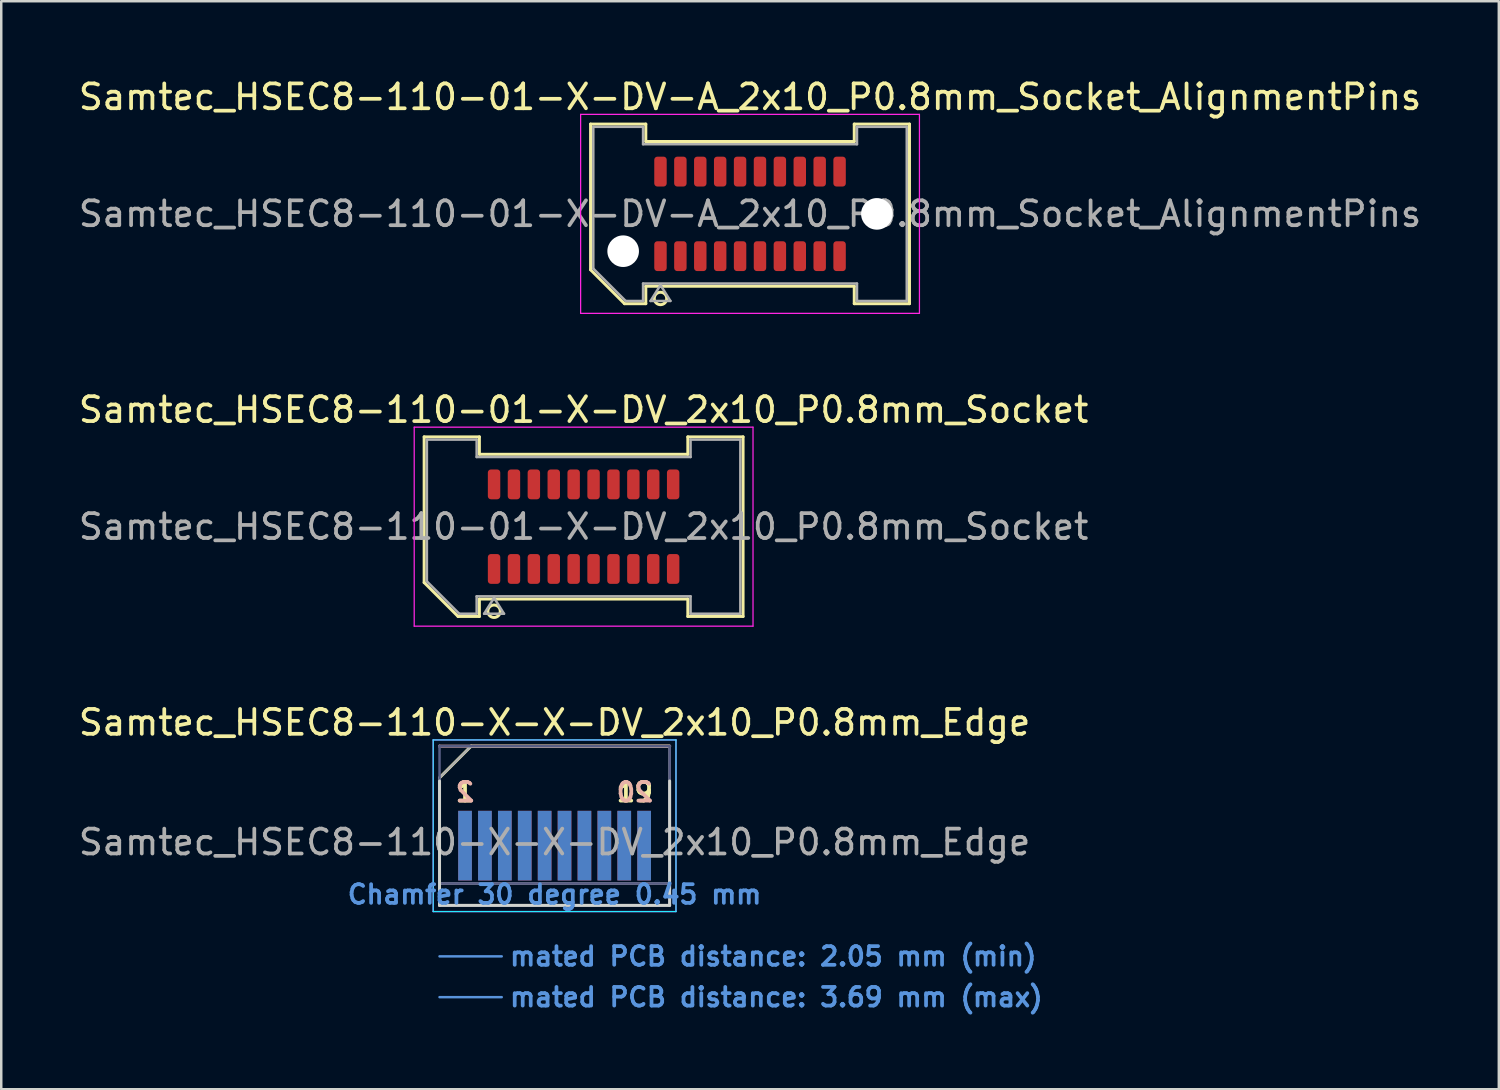
<source format=kicad_pcb>
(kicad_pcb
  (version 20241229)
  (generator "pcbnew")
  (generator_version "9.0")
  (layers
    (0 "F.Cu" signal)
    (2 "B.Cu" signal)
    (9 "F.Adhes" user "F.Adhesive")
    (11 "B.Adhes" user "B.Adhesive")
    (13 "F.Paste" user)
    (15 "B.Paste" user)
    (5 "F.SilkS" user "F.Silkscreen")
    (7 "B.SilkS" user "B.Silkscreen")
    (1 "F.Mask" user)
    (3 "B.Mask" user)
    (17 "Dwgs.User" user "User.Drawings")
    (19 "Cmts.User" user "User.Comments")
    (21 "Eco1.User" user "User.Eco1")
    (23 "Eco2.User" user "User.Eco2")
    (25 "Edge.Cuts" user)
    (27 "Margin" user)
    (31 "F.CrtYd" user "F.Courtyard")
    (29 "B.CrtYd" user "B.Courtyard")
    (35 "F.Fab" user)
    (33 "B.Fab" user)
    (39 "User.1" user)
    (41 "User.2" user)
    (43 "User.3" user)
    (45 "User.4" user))
  (footprint "Samtec_HSEC8-110-01-X-DV_2x10_P0.8mm_Socket"
    (layer "F.Cu")
    (at 20.411 18.122)
    (property "Reference" "Samtec_HSEC8-110-01-X-DV_2x10_P0.8mm_Socket" (at 0 -4.7 0) (layer "F.SilkS") (effects (font (size 1 1) (thickness 0.15))))
    (attr smd)
    (fp_line (start -6.41 -3.61) (end -4.19 -3.61) (stroke (width 0.12) (type solid)) (layer "F.SilkS"))
    (fp_line (start -6.41 2.246) (end -6.41 -3.61) (stroke (width 0.12) (type solid)) (layer "F.SilkS"))
    (fp_line (start -5.046 3.61) (end -6.41 2.246) (stroke (width 0.12) (type solid)) (layer "F.SilkS"))
    (fp_line (start -4.19 -3.61) (end -4.19 -2.91) (stroke (width 0.12) (type solid)) (layer "F.SilkS"))
    (fp_line (start -4.19 -2.91) (end 4.19 -2.91) (stroke (width 0.12) (type solid)) (layer "F.SilkS"))
    (fp_line (start -4.19 2.91) (end -4.19 3.61) (stroke (width 0.12) (type solid)) (layer "F.SilkS"))
    (fp_line (start -4.19 3.61) (end -5.046 3.61) (stroke (width 0.12) (type solid)) (layer "F.SilkS"))
    (fp_line (start 4.19 -3.61) (end 6.41 -3.61) (stroke (width 0.12) (type solid)) (layer "F.SilkS"))
    (fp_line (start 4.19 -2.91) (end 4.19 -3.61) (stroke (width 0.12) (type solid)) (layer "F.SilkS"))
    (fp_line (start 4.19 2.91) (end -4.19 2.91) (stroke (width 0.12) (type solid)) (layer "F.SilkS"))
    (fp_line (start 4.19 3.61) (end 4.19 2.91) (stroke (width 0.12) (type solid)) (layer "F.SilkS"))
    (fp_line (start 6.41 -3.61) (end 6.41 3.61) (stroke (width 0.12) (type solid)) (layer "F.SilkS"))
    (fp_line (start 6.41 3.61) (end 4.19 3.61) (stroke (width 0.12) (type solid)) (layer "F.SilkS"))
    (fp_circle (center -3.6 3.4) (end -3.35 3.4) (stroke (width 0.12) (type solid)) (fill no) (layer "F.SilkS"))
    (fp_line (start -6.81 -4) (end -6.81 4) (stroke (width 0.05) (type solid)) (layer "F.CrtYd"))
    (fp_line (start -6.81 4) (end 6.81 4) (stroke (width 0.05) (type solid)) (layer "F.CrtYd"))
    (fp_line (start 6.81 -4) (end -6.81 -4) (stroke (width 0.05) (type solid)) (layer "F.CrtYd"))
    (fp_line (start 6.81 4) (end 6.81 -4) (stroke (width 0.05) (type solid)) (layer "F.CrtYd"))
    (fp_line (start -6.3 -3.5) (end -4.3 -3.5) (stroke (width 0.1) (type solid)) (layer "F.Fab"))
    (fp_line (start -6.3 2.2) (end -6.3 -3.5) (stroke (width 0.1) (type solid)) (layer "F.Fab"))
    (fp_line (start -5 3.5) (end -6.3 2.2) (stroke (width 0.1) (type solid)) (layer "F.Fab"))
    (fp_line (start -4.3 -3.5) (end -4.3 -2.8) (stroke (width 0.1) (type solid)) (layer "F.Fab"))
    (fp_line (start -4.3 -2.8) (end 4.3 -2.8) (stroke (width 0.1) (type solid)) (layer "F.Fab"))
    (fp_line (start -4.3 2.8) (end -4.3 3.5) (stroke (width 0.1) (type solid)) (layer "F.Fab"))
    (fp_line (start -4.3 3.5) (end -5 3.5) (stroke (width 0.1) (type solid)) (layer "F.Fab"))
    (fp_line (start -4 3.5) (end -3.6 2.86) (stroke (width 0.1) (type solid)) (layer "F.Fab"))
    (fp_line (start -3.6 2.86) (end -3.2 3.5) (stroke (width 0.1) (type solid)) (layer "F.Fab"))
    (fp_line (start -3.2 3.5) (end -4 3.5) (stroke (width 0.1) (type solid)) (layer "F.Fab"))
    (fp_line (start 4.3 -3.5) (end 6.3 -3.5) (stroke (width 0.1) (type solid)) (layer "F.Fab"))
    (fp_line (start 4.3 -2.8) (end 4.3 -3.5) (stroke (width 0.1) (type solid)) (layer "F.Fab"))
    (fp_line (start 4.3 2.8) (end -4.3 2.8) (stroke (width 0.1) (type solid)) (layer "F.Fab"))
    (fp_line (start 4.3 3.5) (end 4.3 2.8) (stroke (width 0.1) (type solid)) (layer "F.Fab"))
    (fp_line (start 6.3 -3.5) (end 6.3 3.5) (stroke (width 0.1) (type solid)) (layer "F.Fab"))
    (fp_line (start 6.3 3.5) (end 4.3 3.5) (stroke (width 0.1) (type solid)) (layer "F.Fab"))
    (fp_text user "${REFERENCE}" (at 0 0 0) (layer "F.Fab") (effects (font (size 1 1) (thickness 0.15))))
    (pad "1" smd roundrect (at -3.6 1.7) (size 0.5 1.2) (layers "F.Cu" "F.Mask" "F.Paste") (roundrect_rratio 0.25))
    (pad "2" smd roundrect (at -3.6 -1.7) (size 0.5 1.2) (layers "F.Cu" "F.Mask" "F.Paste") (roundrect_rratio 0.25))
    (pad "3" smd roundrect (at -2.8 1.7) (size 0.5 1.2) (layers "F.Cu" "F.Mask" "F.Paste") (roundrect_rratio 0.25))
    (pad "4" smd roundrect (at -2.8 -1.7) (size 0.5 1.2) (layers "F.Cu" "F.Mask" "F.Paste") (roundrect_rratio 0.25))
    (pad "5" smd roundrect (at -2 1.7) (size 0.5 1.2) (layers "F.Cu" "F.Mask" "F.Paste") (roundrect_rratio 0.25))
    (pad "6" smd roundrect (at -2 -1.7) (size 0.5 1.2) (layers "F.Cu" "F.Mask" "F.Paste") (roundrect_rratio 0.25))
    (pad "7" smd roundrect (at -1.2 1.7) (size 0.5 1.2) (layers "F.Cu" "F.Mask" "F.Paste") (roundrect_rratio 0.25))
    (pad "8" smd roundrect (at -1.2 -1.7) (size 0.5 1.2) (layers "F.Cu" "F.Mask" "F.Paste") (roundrect_rratio 0.25))
    (pad "9" smd roundrect (at -0.4 1.7) (size 0.5 1.2) (layers "F.Cu" "F.Mask" "F.Paste") (roundrect_rratio 0.25))
    (pad "10" smd roundrect (at -0.4 -1.7) (size 0.5 1.2) (layers "F.Cu" "F.Mask" "F.Paste") (roundrect_rratio 0.25))
    (pad "11" smd roundrect (at 0.4 1.7) (size 0.5 1.2) (layers "F.Cu" "F.Mask" "F.Paste") (roundrect_rratio 0.25))
    (pad "12" smd roundrect (at 0.4 -1.7) (size 0.5 1.2) (layers "F.Cu" "F.Mask" "F.Paste") (roundrect_rratio 0.25))
    (pad "13" smd roundrect (at 1.2 1.7) (size 0.5 1.2) (layers "F.Cu" "F.Mask" "F.Paste") (roundrect_rratio 0.25))
    (pad "14" smd roundrect (at 1.2 -1.7) (size 0.5 1.2) (layers "F.Cu" "F.Mask" "F.Paste") (roundrect_rratio 0.25))
    (pad "15" smd roundrect (at 2 1.7) (size 0.5 1.2) (layers "F.Cu" "F.Mask" "F.Paste") (roundrect_rratio 0.25))
    (pad "16" smd roundrect (at 2 -1.7) (size 0.5 1.2) (layers "F.Cu" "F.Mask" "F.Paste") (roundrect_rratio 0.25))
    (pad "17" smd roundrect (at 2.8 1.7) (size 0.5 1.2) (layers "F.Cu" "F.Mask" "F.Paste") (roundrect_rratio 0.25))
    (pad "18" smd roundrect (at 2.8 -1.7) (size 0.5 1.2) (layers "F.Cu" "F.Mask" "F.Paste") (roundrect_rratio 0.25))
    (pad "19" smd roundrect (at 3.6 1.7) (size 0.5 1.2) (layers "F.Cu" "F.Mask" "F.Paste") (roundrect_rratio 0.25))
    (pad "20" smd roundrect (at 3.6 -1.7) (size 0.5 1.2) (layers "F.Cu" "F.Mask" "F.Paste") (roundrect_rratio 0.25)))
  (footprint "Samtec_HSEC8-110-X-X-DV_2x10_P0.8mm_Edge"
    (layer "F.Cu")
    (at 19.244 33.345)
    (property "Reference" "Samtec_HSEC8-110-X-X-DV_2x10_P0.8mm_Edge" (at 0 -7.35 0) (layer "F.SilkS") (effects (font (size 1 1) (thickness 0.15))))
    (attr exclude_from_pos_files exclude_from_bom)
    (fp_line (start -4.625 -5.13) (end -3.355 -6.4) (stroke (width 0.12) (type solid)) (layer "F.SilkS"))
    (fp_line (start -3.355 -6.4) (end 4.625 -6.4) (stroke (width 0.12) (type solid)) (layer "F.SilkS"))
    (fp_line (start -4.625 -6.4) (end -4.625 -6.4) (stroke (width 0.12) (type solid)) (layer "B.SilkS"))
    (fp_line (start -4.625 -6.4) (end 4.625 -6.4) (stroke (width 0.12) (type solid)) (layer "B.SilkS"))
    (fp_line (start -4.625 2.05) (end -2.125 2.05) (stroke (width 0.1) (type solid)) (layer "Cmts.User"))
    (fp_line (start -4.625 3.69) (end -2.125 3.69) (stroke (width 0.1) (type solid)) (layer "Cmts.User"))
    (fp_line (start -4.625 -5) (end -4.625 0) (stroke (width 0.12) (type solid)) (layer "Edge.Cuts"))
    (fp_line (start -4.625 0) (end 4.625 0) (stroke (width 0.12) (type solid)) (layer "Edge.Cuts"))
    (fp_line (start 4.625 0) (end 4.625 -5) (stroke (width 0.12) (type solid)) (layer "Edge.Cuts"))
    (fp_line (start -4.88 -6.65) (end -4.88 0.25) (stroke (width 0.05) (type solid)) (layer "B.CrtYd"))
    (fp_line (start -4.88 0.25) (end 4.88 0.25) (stroke (width 0.05) (type solid)) (layer "B.CrtYd"))
    (fp_line (start 4.88 -6.65) (end -4.88 -6.65) (stroke (width 0.05) (type solid)) (layer "B.CrtYd"))
    (fp_line (start 4.88 0.25) (end 4.88 -6.65) (stroke (width 0.05) (type solid)) (layer "B.CrtYd"))
    (fp_line (start -4.88 -6.65) (end -4.88 0.25) (stroke (width 0.05) (type solid)) (layer "F.CrtYd"))
    (fp_line (start -4.88 0.25) (end 4.88 0.25) (stroke (width 0.05) (type solid)) (layer "F.CrtYd"))
    (fp_line (start 4.88 -6.65) (end -4.88 -6.65) (stroke (width 0.05) (type solid)) (layer "F.CrtYd"))
    (fp_line (start 4.88 0.25) (end 4.88 -6.65) (stroke (width 0.05) (type solid)) (layer "F.CrtYd"))
    (fp_line (start -4.625 -6.4) (end -4.625 -6.4) (stroke (width 0.1) (type solid)) (layer "B.Fab"))
    (fp_line (start -4.625 -6.4) (end -4.625 0) (stroke (width 0.1) (type solid)) (layer "B.Fab"))
    (fp_line (start -4.625 -6.4) (end 4.625 -6.4) (stroke (width 0.1) (type solid)) (layer "B.Fab"))
    (fp_line (start -4.625 -0.88) (end 4.625 -0.88) (stroke (width 0.1) (type solid)) (layer "B.Fab"))
    (fp_line (start -4.625 0) (end 4.625 0) (stroke (width 0.1) (type solid)) (layer "B.Fab"))
    (fp_line (start 4.625 -6.4) (end 4.625 0) (stroke (width 0.1) (type solid)) (layer "B.Fab"))
    (fp_line (start -4.625 -5.13) (end -4.625 0) (stroke (width 0.1) (type solid)) (layer "F.Fab"))
    (fp_line (start -4.625 -5.13) (end -3.355 -6.4) (stroke (width 0.1) (type solid)) (layer "F.Fab"))
    (fp_line (start -4.625 -0.88) (end 4.625 -0.88) (stroke (width 0.1) (type solid)) (layer "F.Fab"))
    (fp_line (start -4.625 0) (end 4.625 0) (stroke (width 0.1) (type solid)) (layer "F.Fab"))
    (fp_line (start -3.355 -6.4) (end 4.625 -6.4) (stroke (width 0.1) (type solid)) (layer "F.Fab"))
    (fp_line (start 4.625 -6.4) (end 4.625 0) (stroke (width 0.1) (type solid)) (layer "F.Fab"))
    (fp_text user "1" (at -3.6 -4.55 0) (layer "F.SilkS") (effects (font (size 0.75 0.75) (thickness 0.15))))
    (fp_text user "19" (at 3.225 -4.55 0) (layer "F.SilkS") (effects (font (size 0.75 0.75) (thickness 0.15))))
    (fp_text user "20" (at 3.225 -4.55 0) (layer "B.SilkS") (effects (font (size 0.75 0.75) (thickness 0.15)) (justify mirror)))
    (fp_text user "2" (at -3.6 -4.55 0) (layer "B.SilkS") (effects (font (size 0.75 0.75) (thickness 0.15)) (justify mirror)))
    (fp_text user "Chamfer 30 degree 0.45 mm" (at 0 -0.44 0) (layer "Cmts.User") (effects (font (size 0.75 0.75) (thickness 0.15))))
    (fp_text user "mated PCB distance: 2.05 mm (min)" (at -1.88 2.05 0) (layer "Cmts.User") (effects (font (size 0.75 0.75) (thickness 0.15)) (justify left)))
    (fp_text user "mated PCB distance: 3.69 mm (max)" (at -1.88 3.69 0) (layer "Cmts.User") (effects (font (size 0.75 0.75) (thickness 0.15)) (justify left)))
    (fp_text user "${REFERENCE}" (at 0 -2.54 0) (layer "F.Fab") (effects (font (size 1 1) (thickness 0.15))))
    (pad "1" connect rect (at -3.6 -2.4) (size 0.55 2.8) (layers "F.Cu" "F.Mask"))
    (pad "2" connect rect (at -3.6 -2.4) (size 0.55 2.8) (layers "B.Cu" "B.Mask"))
    (pad "3" connect rect (at -2.8 -2.4) (size 0.55 2.8) (layers "F.Cu" "F.Mask"))
    (pad "4" connect rect (at -2.8 -2.4) (size 0.55 2.8) (layers "B.Cu" "B.Mask"))
    (pad "5" connect rect (at -2 -2.4) (size 0.55 2.8) (layers "F.Cu" "F.Mask"))
    (pad "6" connect rect (at -2 -2.4) (size 0.55 2.8) (layers "B.Cu" "B.Mask"))
    (pad "7" connect rect (at -1.2 -2.4) (size 0.55 2.8) (layers "F.Cu" "F.Mask"))
    (pad "8" connect rect (at -1.2 -2.4) (size 0.55 2.8) (layers "B.Cu" "B.Mask"))
    (pad "9" connect rect (at -0.4 -2.4) (size 0.55 2.8) (layers "F.Cu" "F.Mask"))
    (pad "10" connect rect (at -0.4 -2.4) (size 0.55 2.8) (layers "B.Cu" "B.Mask"))
    (pad "11" connect rect (at 0.4 -2.4) (size 0.55 2.8) (layers "F.Cu" "F.Mask"))
    (pad "12" connect rect (at 0.4 -2.4) (size 0.55 2.8) (layers "B.Cu" "B.Mask"))
    (pad "13" connect rect (at 1.2 -2.4) (size 0.55 2.8) (layers "F.Cu" "F.Mask"))
    (pad "14" connect rect (at 1.2 -2.4) (size 0.55 2.8) (layers "B.Cu" "B.Mask"))
    (pad "15" connect rect (at 2 -2.4) (size 0.55 2.8) (layers "F.Cu" "F.Mask"))
    (pad "16" connect rect (at 2 -2.4) (size 0.55 2.8) (layers "B.Cu" "B.Mask"))
    (pad "17" connect rect (at 2.8 -2.4) (size 0.55 2.8) (layers "F.Cu" "F.Mask"))
    (pad "18" connect rect (at 2.8 -2.4) (size 0.55 2.8) (layers "B.Cu" "B.Mask"))
    (pad "19" connect rect (at 3.6 -2.4) (size 0.55 2.8) (layers "F.Cu" "F.Mask"))
    (pad "20" connect rect (at 3.6 -2.4) (size 0.55 2.8) (layers "B.Cu" "B.Mask")))
  (footprint "Samtec_HSEC8-110-01-X-DV-A_2x10_P0.8mm_Socket_AlignmentPins"
    (layer "F.Cu")
    (at 27.101 5.548)
    (property "Reference" "Samtec_HSEC8-110-01-X-DV-A_2x10_P0.8mm_Socket_AlignmentPins" (at 0 -4.7 0) (layer "F.SilkS") (effects (font (size 1 1) (thickness 0.15))))
    (attr smd)
    (fp_line (start -6.41 -3.61) (end -4.19 -3.61) (stroke (width 0.12) (type solid)) (layer "F.SilkS"))
    (fp_line (start -6.41 2.246) (end -6.41 -3.61) (stroke (width 0.12) (type solid)) (layer "F.SilkS"))
    (fp_line (start -5.046 3.61) (end -6.41 2.246) (stroke (width 0.12) (type solid)) (layer "F.SilkS"))
    (fp_line (start -4.19 -3.61) (end -4.19 -2.91) (stroke (width 0.12) (type solid)) (layer "F.SilkS"))
    (fp_line (start -4.19 -2.91) (end 4.19 -2.91) (stroke (width 0.12) (type solid)) (layer "F.SilkS"))
    (fp_line (start -4.19 2.91) (end -4.19 3.61) (stroke (width 0.12) (type solid)) (layer "F.SilkS"))
    (fp_line (start -4.19 3.61) (end -5.046 3.61) (stroke (width 0.12) (type solid)) (layer "F.SilkS"))
    (fp_line (start 4.19 -3.61) (end 6.41 -3.61) (stroke (width 0.12) (type solid)) (layer "F.SilkS"))
    (fp_line (start 4.19 -2.91) (end 4.19 -3.61) (stroke (width 0.12) (type solid)) (layer "F.SilkS"))
    (fp_line (start 4.19 2.91) (end -4.19 2.91) (stroke (width 0.12) (type solid)) (layer "F.SilkS"))
    (fp_line (start 4.19 3.61) (end 4.19 2.91) (stroke (width 0.12) (type solid)) (layer "F.SilkS"))
    (fp_line (start 6.41 -3.61) (end 6.41 3.61) (stroke (width 0.12) (type solid)) (layer "F.SilkS"))
    (fp_line (start 6.41 3.61) (end 4.19 3.61) (stroke (width 0.12) (type solid)) (layer "F.SilkS"))
    (fp_circle (center -3.6 3.4) (end -3.35 3.4) (stroke (width 0.12) (type solid)) (fill no) (layer "F.SilkS"))
    (fp_line (start -6.81 -4) (end -6.81 4) (stroke (width 0.05) (type solid)) (layer "F.CrtYd"))
    (fp_line (start -6.81 4) (end 6.81 4) (stroke (width 0.05) (type solid)) (layer "F.CrtYd"))
    (fp_line (start 6.81 -4) (end -6.81 -4) (stroke (width 0.05) (type solid)) (layer "F.CrtYd"))
    (fp_line (start 6.81 4) (end 6.81 -4) (stroke (width 0.05) (type solid)) (layer "F.CrtYd"))
    (fp_line (start -6.3 -3.5) (end -4.3 -3.5) (stroke (width 0.1) (type solid)) (layer "F.Fab"))
    (fp_line (start -6.3 2.2) (end -6.3 -3.5) (stroke (width 0.1) (type solid)) (layer "F.Fab"))
    (fp_line (start -5 3.5) (end -6.3 2.2) (stroke (width 0.1) (type solid)) (layer "F.Fab"))
    (fp_line (start -4.3 -3.5) (end -4.3 -2.8) (stroke (width 0.1) (type solid)) (layer "F.Fab"))
    (fp_line (start -4.3 -2.8) (end 4.3 -2.8) (stroke (width 0.1) (type solid)) (layer "F.Fab"))
    (fp_line (start -4.3 2.8) (end -4.3 3.5) (stroke (width 0.1) (type solid)) (layer "F.Fab"))
    (fp_line (start -4.3 3.5) (end -5 3.5) (stroke (width 0.1) (type solid)) (layer "F.Fab"))
    (fp_line (start -4 3.5) (end -3.6 2.86) (stroke (width 0.1) (type solid)) (layer "F.Fab"))
    (fp_line (start -3.6 2.86) (end -3.2 3.5) (stroke (width 0.1) (type solid)) (layer "F.Fab"))
    (fp_line (start -3.2 3.5) (end -4 3.5) (stroke (width 0.1) (type solid)) (layer "F.Fab"))
    (fp_line (start 4.3 -3.5) (end 6.3 -3.5) (stroke (width 0.1) (type solid)) (layer "F.Fab"))
    (fp_line (start 4.3 -2.8) (end 4.3 -3.5) (stroke (width 0.1) (type solid)) (layer "F.Fab"))
    (fp_line (start 4.3 2.8) (end -4.3 2.8) (stroke (width 0.1) (type solid)) (layer "F.Fab"))
    (fp_line (start 4.3 3.5) (end 4.3 2.8) (stroke (width 0.1) (type solid)) (layer "F.Fab"))
    (fp_line (start 6.3 -3.5) (end 6.3 3.5) (stroke (width 0.1) (type solid)) (layer "F.Fab"))
    (fp_line (start 6.3 3.5) (end 4.3 3.5) (stroke (width 0.1) (type solid)) (layer "F.Fab"))
    (fp_text user "${REFERENCE}" (at 0 0 0) (layer "F.Fab") (effects (font (size 1 1) (thickness 0.15))))
    (pad "" np_thru_hole circle (at -5.1 1.5) (size 1.27 1.27) (drill 1.27) (layers "*.Cu" "*.Mask"))
    (pad "" np_thru_hole circle (at 5.1 0) (size 1.27 1.27) (drill 1.27) (layers "*.Cu" "*.Mask"))
    (pad "1" smd roundrect (at -3.6 1.7) (size 0.5 1.2) (layers "F.Cu" "F.Mask" "F.Paste") (roundrect_rratio 0.25))
    (pad "2" smd roundrect (at -3.6 -1.7) (size 0.5 1.2) (layers "F.Cu" "F.Mask" "F.Paste") (roundrect_rratio 0.25))
    (pad "3" smd roundrect (at -2.8 1.7) (size 0.5 1.2) (layers "F.Cu" "F.Mask" "F.Paste") (roundrect_rratio 0.25))
    (pad "4" smd roundrect (at -2.8 -1.7) (size 0.5 1.2) (layers "F.Cu" "F.Mask" "F.Paste") (roundrect_rratio 0.25))
    (pad "5" smd roundrect (at -2 1.7) (size 0.5 1.2) (layers "F.Cu" "F.Mask" "F.Paste") (roundrect_rratio 0.25))
    (pad "6" smd roundrect (at -2 -1.7) (size 0.5 1.2) (layers "F.Cu" "F.Mask" "F.Paste") (roundrect_rratio 0.25))
    (pad "7" smd roundrect (at -1.2 1.7) (size 0.5 1.2) (layers "F.Cu" "F.Mask" "F.Paste") (roundrect_rratio 0.25))
    (pad "8" smd roundrect (at -1.2 -1.7) (size 0.5 1.2) (layers "F.Cu" "F.Mask" "F.Paste") (roundrect_rratio 0.25))
    (pad "9" smd roundrect (at -0.4 1.7) (size 0.5 1.2) (layers "F.Cu" "F.Mask" "F.Paste") (roundrect_rratio 0.25))
    (pad "10" smd roundrect (at -0.4 -1.7) (size 0.5 1.2) (layers "F.Cu" "F.Mask" "F.Paste") (roundrect_rratio 0.25))
    (pad "11" smd roundrect (at 0.4 1.7) (size 0.5 1.2) (layers "F.Cu" "F.Mask" "F.Paste") (roundrect_rratio 0.25))
    (pad "12" smd roundrect (at 0.4 -1.7) (size 0.5 1.2) (layers "F.Cu" "F.Mask" "F.Paste") (roundrect_rratio 0.25))
    (pad "13" smd roundrect (at 1.2 1.7) (size 0.5 1.2) (layers "F.Cu" "F.Mask" "F.Paste") (roundrect_rratio 0.25))
    (pad "14" smd roundrect (at 1.2 -1.7) (size 0.5 1.2) (layers "F.Cu" "F.Mask" "F.Paste") (roundrect_rratio 0.25))
    (pad "15" smd roundrect (at 2 1.7) (size 0.5 1.2) (layers "F.Cu" "F.Mask" "F.Paste") (roundrect_rratio 0.25))
    (pad "16" smd roundrect (at 2 -1.7) (size 0.5 1.2) (layers "F.Cu" "F.Mask" "F.Paste") (roundrect_rratio 0.25))
    (pad "17" smd roundrect (at 2.8 1.7) (size 0.5 1.2) (layers "F.Cu" "F.Mask" "F.Paste") (roundrect_rratio 0.25))
    (pad "18" smd roundrect (at 2.8 -1.7) (size 0.5 1.2) (layers "F.Cu" "F.Mask" "F.Paste") (roundrect_rratio 0.25))
    (pad "19" smd roundrect (at 3.6 1.7) (size 0.5 1.2) (layers "F.Cu" "F.Mask" "F.Paste") (roundrect_rratio 0.25))
    (pad "20" smd roundrect (at 3.6 -1.7) (size 0.5 1.2) (layers "F.Cu" "F.Mask" "F.Paste") (roundrect_rratio 0.25)))
  (gr_rect
    (start -3 -3)
    (end 57.202 40.737)
    (stroke (width 0.1) (type default))
    (fill no)
    (layer "Edge.Cuts")))
</source>
